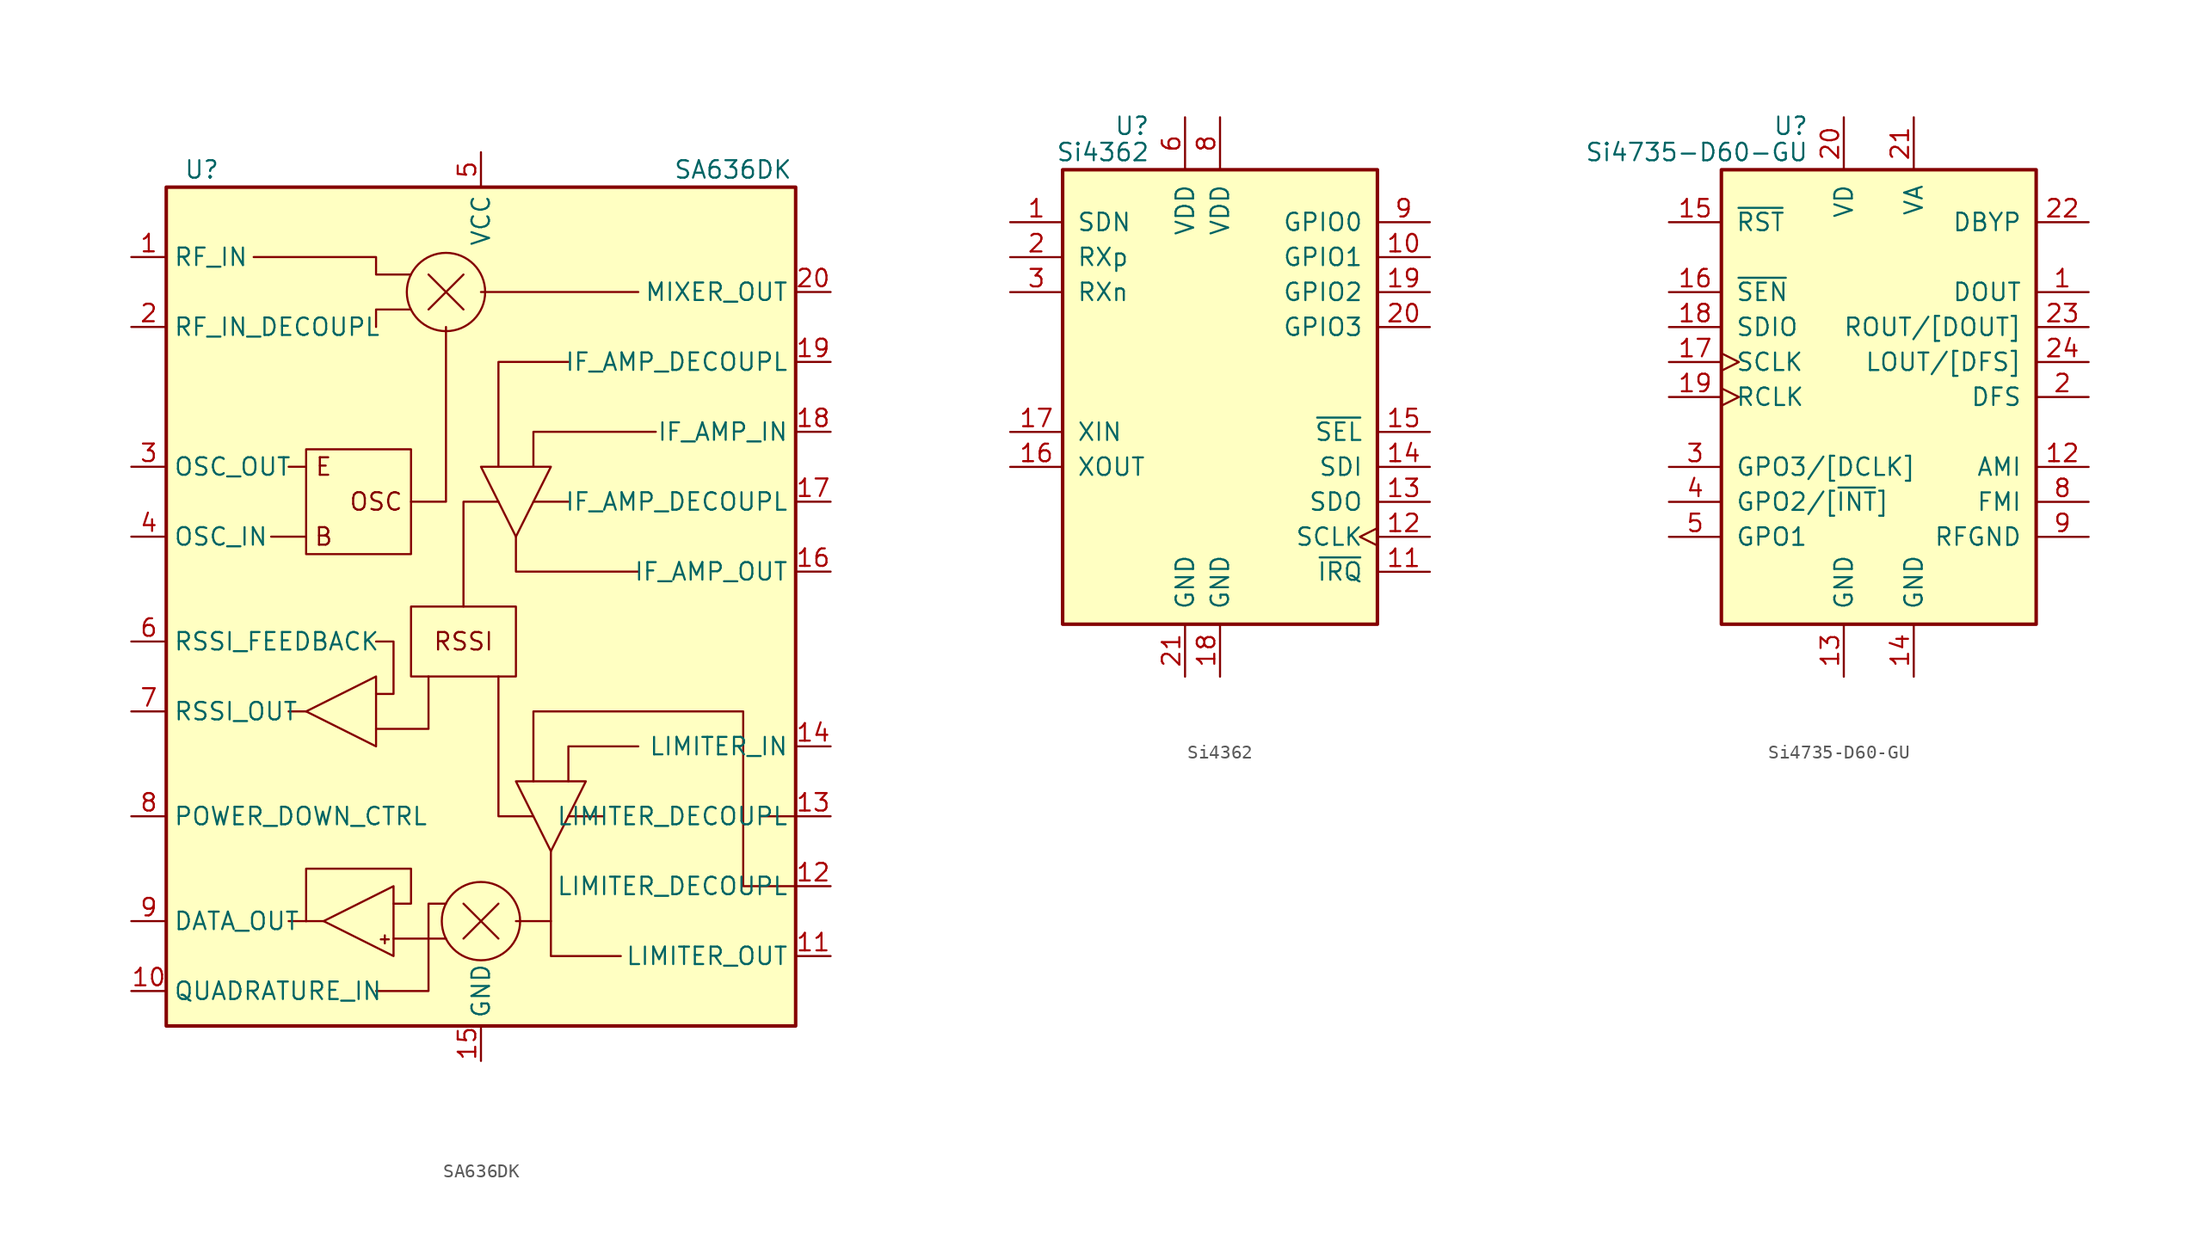
<source format=kicad_sym>
(kicad_symbol_lib
  (version 20201005)
  (generator kicad_symbol_editor)
  (symbol "RF_AM_FM:SA636DK"
    (property "Reference" "U"
      (at -21.59 31.75 0)
      (effects (font (size 1.27 1.27)) (justify left)))
    (property "Value" "SA636DK"
      (at 13.97 31.75 0)
      (effects (font (size 1.27 1.27)) (justify left)))
    (symbol "SA636DK_0_0"
      (text "+" (at -6.985 -24.13 0) (effects (font (size 0.762 0.762))))
      (text "B" (at -11.43 5.08 0) (effects (font (size 1.27 1.27))))
      (text "E" (at -11.43 10.16 0) (effects (font (size 1.27 1.27))))
      (text "OSC" (at -7.62 7.62 0) (effects (font (size 1.27 1.27))))
      (text "RSSI" (at -1.27 -2.54 0) (effects (font (size 1.27 1.27))))
      (rectangle (start -12.7 11.43) (end -5.08 3.81) (stroke (width 0)) (fill (type none)))
      (rectangle (start -5.08 0) (end 2.54 -5.08) (stroke (width 0)) (fill (type none)))
      (polyline (pts (xy -15.24 5.08) (xy -12.7 5.08)) (stroke (width 0)) (fill (type none)))
      (polyline (pts (xy -13.97 -22.86) (xy -12.7 -22.86)) (stroke (width 0)) (fill (type none)))
      (polyline (pts (xy -13.97 -7.62) (xy -12.7 -7.62)) (stroke (width 0)) (fill (type none)))
      (polyline (pts (xy -13.97 10.16) (xy -12.7 10.16)) (stroke (width 0)) (fill (type none)))
      (polyline (pts (xy -11.43 -22.86) (xy -12.7 -22.86)) (stroke (width 0)) (fill (type none)))
      (polyline (pts (xy -6.35 -24.13) (xy -2.54 -24.13)) (stroke (width 0)) (fill (type none)))
      (polyline (pts (xy -7.62 -8.89) (xy -3.81 -8.89) (xy -3.81 -5.08)) (stroke (width 0)) (fill (type none)))
      (polyline (pts (xy -1.27 0) (xy -1.27 7.62) (xy 1.27 7.62)) (stroke (width 0)) (fill (type none)))
      (polyline (pts (xy 2.54 5.08) (xy 2.54 2.54) (xy 11.43 2.54)) (stroke (width 0)) (fill (type none)))
      (polyline (pts (xy 5.08 -17.78) (xy 5.08 -25.4) (xy 10.16 -25.4)) (stroke (width 0)) (fill (type none)))
      (polyline (pts (xy 0 10.16) (xy 5.08 10.16) (xy 2.54 5.08) (xy 0 10.16)) (stroke (width 0)) (fill (type none)))
      (polyline (pts (xy 2.54 -12.7) (xy 7.62 -12.7) (xy 5.08 -17.78) (xy 2.54 -12.7)) (stroke (width 0)) (fill (type none)))
      (polyline (pts (xy 22.86 -20.32) (xy 19.05 -20.32) (xy 19.05 -7.62) (xy 3.81 -7.62) (xy 3.81 -12.7)) (stroke (width 0)) (fill (type none))))
    (symbol "SA636DK_0_1"
      (circle (center -2.54 22.86) (radius 2.845) (stroke (width 0)) (fill (type none)))
      (circle (center 0 -22.86) (radius 2.845) (stroke (width 0)) (fill (type none)))
      (rectangle (start -22.86 30.48) (end 22.86 -30.48) (stroke (width 0.254)) (fill (type background)))
      (polyline (pts (xy -3.81 21.59) (xy -1.27 24.13)) (stroke (width 0)) (fill (type none)))
      (polyline (pts (xy -3.81 24.13) (xy -1.27 21.59)) (stroke (width 0)) (fill (type none)))
      (polyline (pts (xy -1.27 -24.13) (xy 1.27 -21.59)) (stroke (width 0)) (fill (type none)))
      (polyline (pts (xy -1.27 -21.59) (xy 1.27 -24.13)) (stroke (width 0)) (fill (type none)))
      (polyline (pts (xy 2.54 -22.86) (xy 5.08 -22.86)) (stroke (width 0)) (fill (type none)))
      (polyline (pts (xy 6.35 -15.24) (xy 8.89 -15.24)) (stroke (width 0)) (fill (type none)))
      (polyline (pts (xy 6.35 7.62) (xy 3.81 7.62)) (stroke (width 0)) (fill (type none)))
      (polyline (pts (xy 11.43 22.86) (xy 0 22.86)) (stroke (width 0)) (fill (type none)))
      (polyline (pts (xy 22.86 -15.24) (xy 20.32 -15.24)) (stroke (width 0)) (fill (type none)))
      (polyline (pts (xy -7.62 20.32) (xy -7.62 21.59) (xy -5.08 21.59)) (stroke (width 0)) (fill (type none)))
      (polyline (pts (xy -2.54 20.32) (xy -2.54 7.62) (xy -5.08 7.62)) (stroke (width 0)) (fill (type none)))
      (polyline (pts (xy 1.27 -5.08) (xy 1.27 -15.24) (xy 3.81 -15.24)) (stroke (width 0)) (fill (type none)))
      (polyline (pts (xy 6.35 17.78) (xy 1.27 17.78) (xy 1.27 10.16)) (stroke (width 0)) (fill (type none)))
      (polyline (pts (xy 11.43 -10.16) (xy 6.35 -10.16) (xy 6.35 -12.7)) (stroke (width 0)) (fill (type none)))
      (polyline (pts (xy 12.7 12.7) (xy 3.81 12.7) (xy 3.81 10.16)) (stroke (width 0)) (fill (type none)))
      (polyline (pts (xy -16.51 25.4) (xy -7.62 25.4) (xy -7.62 24.13) (xy -5.08 24.13)) (stroke (width 0)) (fill (type none)))
      (polyline (pts (xy -7.62 -27.94) (xy -3.81 -27.94) (xy -3.81 -21.59) (xy -2.54 -21.59)) (stroke (width 0)) (fill (type none)))
      (polyline (pts (xy -7.62 -2.54) (xy -6.35 -2.54) (xy -6.35 -6.35) (xy -7.62 -6.35)) (stroke (width 0)) (fill (type none)))
      (polyline (pts (xy -6.35 -21.59) (xy -5.08 -21.59) (xy -5.08 -19.05) (xy -11.43 -19.05) (xy -12.7 -19.05) (xy -12.7 -22.86)) (stroke (width 0)) (fill (type none))))
    (symbol "SA636DK_1_0"
      (polyline (pts (xy -7.62 -5.08) (xy -7.62 -10.16) (xy -12.7 -7.62) (xy -7.62 -5.08)) (stroke (width 0)) (fill (type none)))
      (polyline (pts (xy -6.35 -20.32) (xy -6.35 -25.4) (xy -11.43 -22.86) (xy -6.35 -20.32)) (stroke (width 0)) (fill (type none))))
    (symbol "SA636DK_1_1"
      (pin input line (at -25.4 25.4 0) (length 2.54) (name "RF_IN" (effects (font (size 1.27 1.27)))) (number "1" (effects (font (size 1.27 1.27)))))
      (pin input line (at -25.4 -27.94 0) (length 2.54) (name "QUADRATURE_IN" (effects (font (size 1.27 1.27)))) (number "10" (effects (font (size 1.27 1.27)))))
      (pin output line (at 25.4 -25.4 180) (length 2.54) (name "LIMITER_OUT" (effects (font (size 1.27 1.27)))) (number "11" (effects (font (size 1.27 1.27)))))
      (pin passive line (at 25.4 -20.32 180) (length 2.54) (name "LIMITER_DECOUPL" (effects (font (size 1.27 1.27)))) (number "12" (effects (font (size 1.27 1.27)))))
      (pin passive line (at 25.4 -15.24 180) (length 2.54) (name "LIMITER_DECOUPL" (effects (font (size 1.27 1.27)))) (number "13" (effects (font (size 1.27 1.27)))))
      (pin input line (at 25.4 -10.16 180) (length 2.54) (name "LIMITER_IN" (effects (font (size 1.27 1.27)))) (number "14" (effects (font (size 1.27 1.27)))))
      (pin power_in line (at 0 -33.02 90) (length 2.54) (name "GND" (effects (font (size 1.27 1.27)))) (number "15" (effects (font (size 1.27 1.27)))))
      (pin output line (at 25.4 2.54 180) (length 2.54) (name "IF_AMP_OUT" (effects (font (size 1.27 1.27)))) (number "16" (effects (font (size 1.27 1.27)))))
      (pin passive line (at 25.4 7.62 180) (length 2.54) (name "IF_AMP_DECOUPL" (effects (font (size 1.27 1.27)))) (number "17" (effects (font (size 1.27 1.27)))))
      (pin input line (at 25.4 12.7 180) (length 2.54) (name "IF_AMP_IN" (effects (font (size 1.27 1.27)))) (number "18" (effects (font (size 1.27 1.27)))))
      (pin passive line (at 25.4 17.78 180) (length 2.54) (name "IF_AMP_DECOUPL" (effects (font (size 1.27 1.27)))) (number "19" (effects (font (size 1.27 1.27)))))
      (pin passive line (at -25.4 20.32 0) (length 2.54) (name "RF_IN_DECOUPL" (effects (font (size 1.27 1.27)))) (number "2" (effects (font (size 1.27 1.27)))))
      (pin output line (at 25.4 22.86 180) (length 2.54) (name "MIXER_OUT" (effects (font (size 1.27 1.27)))) (number "20" (effects (font (size 1.27 1.27)))))
      (pin output line (at -25.4 10.16 0) (length 2.54) (name "OSC_OUT" (effects (font (size 1.27 1.27)))) (number "3" (effects (font (size 1.27 1.27)))))
      (pin input line (at -25.4 5.08 0) (length 2.54) (name "OSC_IN" (effects (font (size 1.27 1.27)))) (number "4" (effects (font (size 1.27 1.27)))))
      (pin power_in line (at 0 33.02 270) (length 2.54) (name "VCC" (effects (font (size 1.27 1.27)))) (number "5" (effects (font (size 1.27 1.27)))))
      (pin input line (at -25.4 -2.54 0) (length 2.54) (name "RSSI_FEEDBACK" (effects (font (size 1.27 1.27)))) (number "6" (effects (font (size 1.27 1.27)))))
      (pin output line (at -25.4 -7.62 0) (length 2.54) (name "RSSI_OUT" (effects (font (size 1.27 1.27)))) (number "7" (effects (font (size 1.27 1.27)))))
      (pin input line (at -25.4 -15.24 0) (length 2.54) (name "POWER_DOWN_CTRL" (effects (font (size 1.27 1.27)))) (number "8" (effects (font (size 1.27 1.27)))))
      (pin output line (at -25.4 -22.86 0) (length 2.54) (name "DATA_OUT" (effects (font (size 1.27 1.27)))) (number "9" (effects (font (size 1.27 1.27)))))))
  (symbol "RF_AM_FM:Si4362"
    (pin_names
      (offset 1.016))
    (property "Reference" "U"
      (at -5.08 19.685 0)
      (effects (font (size 1.27 1.27)) (justify right)))
    (property "Value" "Si4362"
      (at -5.08 17.78 0)
      (effects (font (size 1.27 1.27)) (justify right)))
    (symbol "Si4362_0_1"
      (rectangle (start -11.43 16.51) (end 11.43 -16.51) (stroke (width 0.254)) (fill (type background))))
    (symbol "Si4362_1_1"
      (pin input line (at -15.24 12.7 0) (length 3.81) (name "SDN" (effects (font (size 1.27 1.27)))) (number "1" (effects (font (size 1.27 1.27)))))
      (pin bidirectional line (at 15.24 10.16 180) (length 3.81) (name "GPIO1" (effects (font (size 1.27 1.27)))) (number "10" (effects (font (size 1.27 1.27)))))
      (pin output line (at 15.24 -12.7 180) (length 3.81) (name "~IRQ" (effects (font (size 1.27 1.27)))) (number "11" (effects (font (size 1.27 1.27)))))
      (pin input clock (at 15.24 -10.16 180) (length 3.81) (name "SCLK" (effects (font (size 1.27 1.27)))) (number "12" (effects (font (size 1.27 1.27)))))
      (pin output line (at 15.24 -7.62 180) (length 3.81) (name "SDO" (effects (font (size 1.27 1.27)))) (number "13" (effects (font (size 1.27 1.27)))))
      (pin input line (at 15.24 -5.08 180) (length 3.81) (name "SDI" (effects (font (size 1.27 1.27)))) (number "14" (effects (font (size 1.27 1.27)))))
      (pin input line (at 15.24 -2.54 180) (length 3.81) (name "~SEL" (effects (font (size 1.27 1.27)))) (number "15" (effects (font (size 1.27 1.27)))))
      (pin output line (at -15.24 -5.08 0) (length 3.81) (name "XOUT" (effects (font (size 1.27 1.27)))) (number "16" (effects (font (size 1.27 1.27)))))
      (pin input line (at -15.24 -2.54 0) (length 3.81) (name "XIN" (effects (font (size 1.27 1.27)))) (number "17" (effects (font (size 1.27 1.27)))))
      (pin power_in line (at 0 -20.32 90) (length 3.81) (name "GND" (effects (font (size 1.27 1.27)))) (number "18" (effects (font (size 1.27 1.27)))))
      (pin bidirectional line (at 15.24 7.62 180) (length 3.81) (name "GPIO2" (effects (font (size 1.27 1.27)))) (number "19" (effects (font (size 1.27 1.27)))))
      (pin input line (at -15.24 10.16 0) (length 3.81) (name "RXp" (effects (font (size 1.27 1.27)))) (number "2" (effects (font (size 1.27 1.27)))))
      (pin bidirectional line (at 15.24 5.08 180) (length 3.81) (name "GPIO3" (effects (font (size 1.27 1.27)))) (number "20" (effects (font (size 1.27 1.27)))))
      (pin power_in line (at -2.54 -20.32 90) (length 3.81) (name "GND" (effects (font (size 1.27 1.27)))) (number "21" (effects (font (size 1.27 1.27)))))
      (pin input line (at -15.24 7.62 0) (length 3.81) (name "RXn" (effects (font (size 1.27 1.27)))) (number "3" (effects (font (size 1.27 1.27)))))
      (pin no_connect line (at 2.54 -20.32 90) (length 3.81) hide (name "NC" (effects (font (size 1.27 1.27)))) (number "4" (effects (font (size 1.27 1.27)))))
      (pin no_connect line (at 5.08 -20.32 90) (length 3.81) hide (name "NC" (effects (font (size 1.27 1.27)))) (number "5" (effects (font (size 1.27 1.27)))))
      (pin power_in line (at -2.54 20.32 270) (length 3.81) (name "VDD" (effects (font (size 1.27 1.27)))) (number "6" (effects (font (size 1.27 1.27)))))
      (pin no_connect line (at 7.62 -20.32 90) (length 3.81) hide (name "NC" (effects (font (size 1.27 1.27)))) (number "7" (effects (font (size 1.27 1.27)))))
      (pin power_in line (at 0 20.32 270) (length 3.81) (name "VDD" (effects (font (size 1.27 1.27)))) (number "8" (effects (font (size 1.27 1.27)))))
      (pin bidirectional line (at 15.24 12.7 180) (length 3.81) (name "GPIO0" (effects (font (size 1.27 1.27)))) (number "9" (effects (font (size 1.27 1.27)))))))
  (symbol "RF_AM_FM:Si4735-D60-GU"
    (pin_names
      (offset 1.016))
    (property "Reference" "U"
      (at -5.08 19.685 0)
      (effects (font (size 1.27 1.27)) (justify right)))
    (property "Value" "Si4735-D60-GU"
      (at -5.08 17.78 0)
      (effects (font (size 1.27 1.27)) (justify right)))
    (symbol "Si4735-D60-GU_0_1"
      (rectangle (start 11.43 16.51) (end -11.43 -16.51) (stroke (width 0.254)) (fill (type background))))
    (symbol "Si4735-D60-GU_1_1"
      (pin output line (at 15.24 7.62 180) (length 3.81) (name "DOUT" (effects (font (size 1.27 1.27)))) (number "1" (effects (font (size 1.27 1.27)))))
      (pin no_connect line (at -5.08 -20.32 90) (length 3.81) hide (name "NC" (effects (font (size 1.27 1.27)))) (number "10" (effects (font (size 1.27 1.27)))))
      (pin no_connect line (at 5.08 -20.32 90) (length 3.81) hide (name "NC" (effects (font (size 1.27 1.27)))) (number "11" (effects (font (size 1.27 1.27)))))
      (pin input line (at 15.24 -5.08 180) (length 3.81) (name "AMI" (effects (font (size 1.27 1.27)))) (number "12" (effects (font (size 1.27 1.27)))))
      (pin power_in line (at -2.54 -20.32 90) (length 3.81) (name "GND" (effects (font (size 1.27 1.27)))) (number "13" (effects (font (size 1.27 1.27)))))
      (pin power_in line (at 2.54 -20.32 90) (length 3.81) (name "GND" (effects (font (size 1.27 1.27)))) (number "14" (effects (font (size 1.27 1.27)))))
      (pin input line (at -15.24 12.7 0) (length 3.81) (name "~RST" (effects (font (size 1.27 1.27)))) (number "15" (effects (font (size 1.27 1.27)))))
      (pin input line (at -15.24 7.62 0) (length 3.81) (name "~SEN" (effects (font (size 1.27 1.27)))) (number "16" (effects (font (size 1.27 1.27)))))
      (pin input clock (at -15.24 2.54 0) (length 3.81) (name "SCLK" (effects (font (size 1.27 1.27)))) (number "17" (effects (font (size 1.27 1.27)))))
      (pin bidirectional line (at -15.24 5.08 0) (length 3.81) (name "SDIO" (effects (font (size 1.27 1.27)))) (number "18" (effects (font (size 1.27 1.27)))))
      (pin input clock (at -15.24 0 0) (length 3.81) (name "RCLK" (effects (font (size 1.27 1.27)))) (number "19" (effects (font (size 1.27 1.27)))))
      (pin input line (at 15.24 0 180) (length 3.81) (name "DFS" (effects (font (size 1.27 1.27)))) (number "2" (effects (font (size 1.27 1.27)))))
      (pin power_in line (at -2.54 20.32 270) (length 3.81) (name "VD" (effects (font (size 1.27 1.27)))) (number "20" (effects (font (size 1.27 1.27)))))
      (pin power_in line (at 2.54 20.32 270) (length 3.81) (name "VA" (effects (font (size 1.27 1.27)))) (number "21" (effects (font (size 1.27 1.27)))))
      (pin passive line (at 15.24 12.7 180) (length 3.81) (name "DBYP" (effects (font (size 1.27 1.27)))) (number "22" (effects (font (size 1.27 1.27)))))
      (pin output line (at 15.24 5.08 180) (length 3.81) (name "ROUT/[DOUT]" (effects (font (size 1.27 1.27)))) (number "23" (effects (font (size 1.27 1.27)))))
      (pin bidirectional line (at 15.24 2.54 180) (length 3.81) (name "LOUT/[DFS]" (effects (font (size 1.27 1.27)))) (number "24" (effects (font (size 1.27 1.27)))))
      (pin bidirectional line (at -15.24 -5.08 0) (length 3.81) (name "GPO3/[DCLK]" (effects (font (size 1.27 1.27)))) (number "3" (effects (font (size 1.27 1.27)))))
      (pin output line (at -15.24 -7.62 0) (length 3.81) (name "GPO2/[~INT~]" (effects (font (size 1.27 1.27)))) (number "4" (effects (font (size 1.27 1.27)))))
      (pin output line (at -15.24 -10.16 0) (length 3.81) (name "GPO1" (effects (font (size 1.27 1.27)))) (number "5" (effects (font (size 1.27 1.27)))))
      (pin no_connect line (at -15.24 -12.7 0) (length 3.81) hide (name "NC" (effects (font (size 1.27 1.27)))) (number "6" (effects (font (size 1.27 1.27)))))
      (pin no_connect line (at 15.24 -12.7 180) (length 3.81) hide (name "NC" (effects (font (size 1.27 1.27)))) (number "7" (effects (font (size 1.27 1.27)))))
      (pin input line (at 15.24 -7.62 180) (length 3.81) (name "FMI" (effects (font (size 1.27 1.27)))) (number "8" (effects (font (size 1.27 1.27)))))
      (pin power_in line (at 15.24 -10.16 180) (length 3.81) (name "RFGND" (effects (font (size 1.27 1.27)))) (number "9" (effects (font (size 1.27 1.27))))))))
</source>
